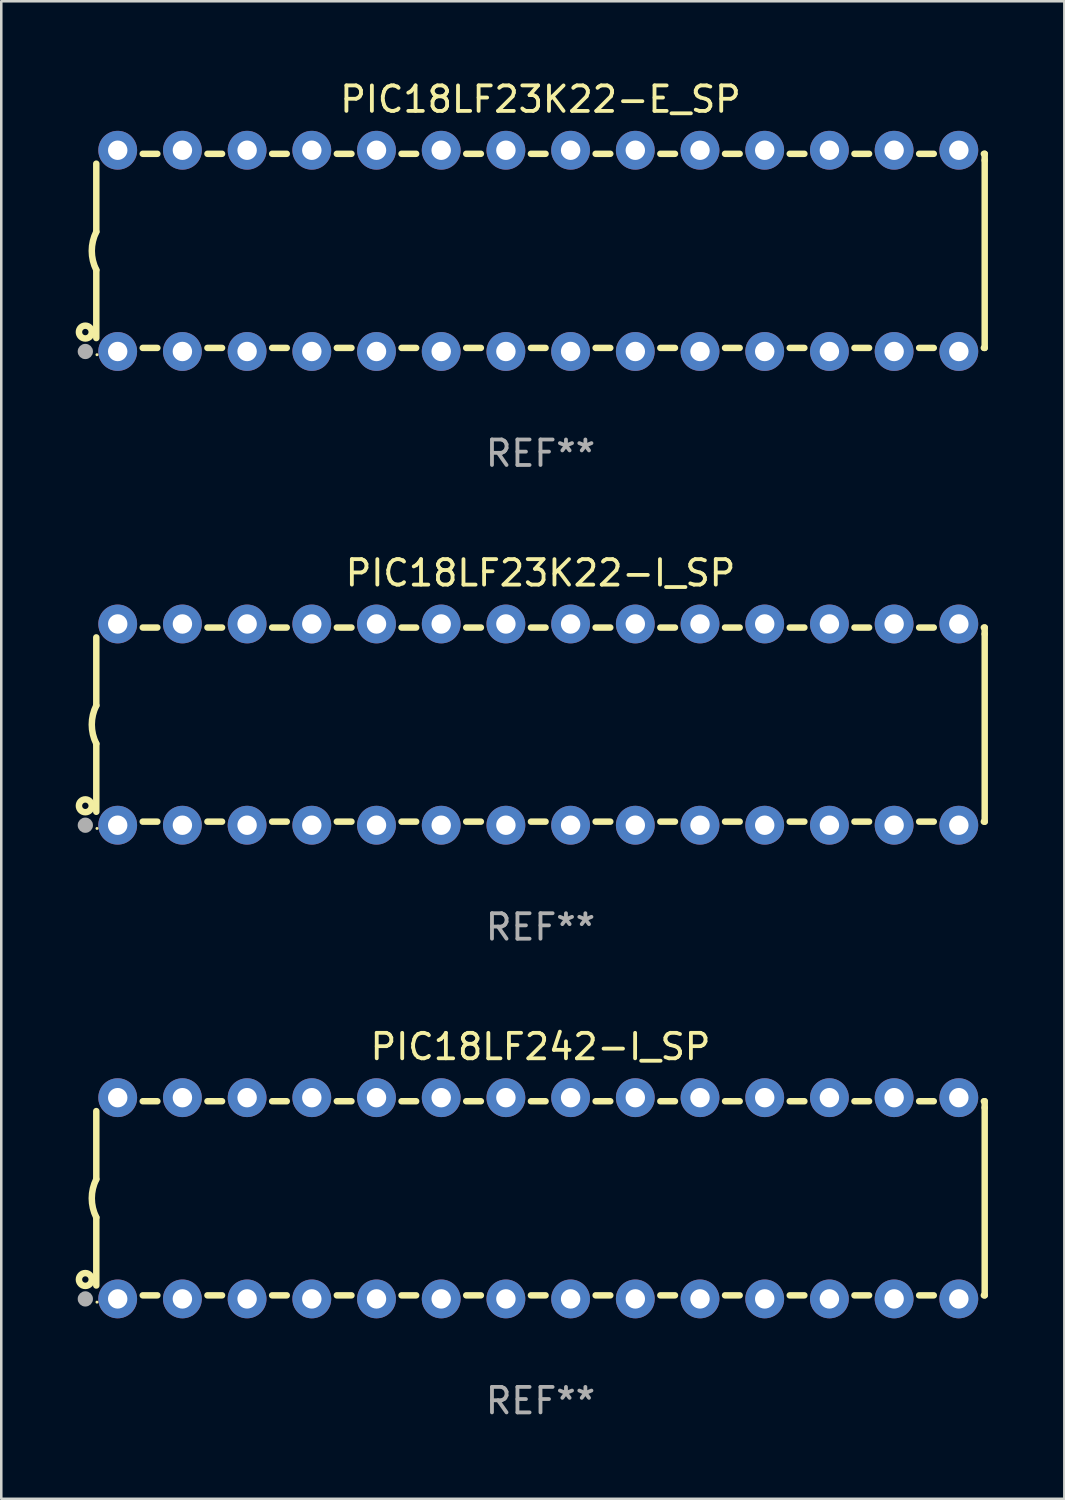
<source format=kicad_pcb>
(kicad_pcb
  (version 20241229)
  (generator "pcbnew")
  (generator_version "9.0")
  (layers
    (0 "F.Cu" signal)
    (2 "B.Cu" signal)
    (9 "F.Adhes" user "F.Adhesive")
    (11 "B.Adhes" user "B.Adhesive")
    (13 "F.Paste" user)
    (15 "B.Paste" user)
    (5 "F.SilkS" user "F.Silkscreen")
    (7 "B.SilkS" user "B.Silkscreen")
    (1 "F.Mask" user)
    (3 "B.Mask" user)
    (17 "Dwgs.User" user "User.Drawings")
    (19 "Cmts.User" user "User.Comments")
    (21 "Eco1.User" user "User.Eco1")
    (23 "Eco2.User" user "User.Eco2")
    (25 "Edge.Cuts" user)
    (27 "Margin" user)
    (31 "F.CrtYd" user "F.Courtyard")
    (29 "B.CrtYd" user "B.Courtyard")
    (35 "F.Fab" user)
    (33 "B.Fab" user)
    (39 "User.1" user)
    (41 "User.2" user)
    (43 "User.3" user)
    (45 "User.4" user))
  (footprint "PIC18LF242-I_SP"
    (layer "F.Cu")
    (at 18.168 43.991)
    (property "Reference" "PIC18LF242-I_SP" (at 0 -5.95 0) (layer "F.SilkS") (effects (font (size 1 1) (thickness 0.15))))
    (attr through_hole)
    (fp_line (start -17.438 0.75) (end -17.438 3.423) (stroke (width 0.254) (type solid)) (layer "F.SilkS"))
    (fp_line (start -17.438 -3.423) (end -17.438 -0.75) (stroke (width 0.254) (type solid)) (layer "F.SilkS"))
    (fp_line (start -15.615 3.81) (end -15.041 3.81) (stroke (width 0.254) (type solid)) (layer "F.SilkS"))
    (fp_line (start -15.041 -3.81) (end -15.614 -3.81) (stroke (width 0.254) (type solid)) (layer "F.SilkS"))
    (fp_line (start -13.075 3.81) (end -12.501 3.81) (stroke (width 0.254) (type solid)) (layer "F.SilkS"))
    (fp_line (start -12.501 -3.81) (end -13.074 -3.81) (stroke (width 0.254) (type solid)) (layer "F.SilkS"))
    (fp_line (start -10.535 3.81) (end -9.961 3.81) (stroke (width 0.254) (type solid)) (layer "F.SilkS"))
    (fp_line (start -9.961 -3.81) (end -10.534 -3.81) (stroke (width 0.254) (type solid)) (layer "F.SilkS"))
    (fp_line (start -7.995 3.81) (end -7.421 3.81) (stroke (width 0.254) (type solid)) (layer "F.SilkS"))
    (fp_line (start -7.421 -3.81) (end -7.995 -3.81) (stroke (width 0.254) (type solid)) (layer "F.SilkS"))
    (fp_line (start -5.455 3.81) (end -4.881 3.81) (stroke (width 0.254) (type solid)) (layer "F.SilkS"))
    (fp_line (start -4.881 -3.81) (end -5.455 -3.81) (stroke (width 0.254) (type solid)) (layer "F.SilkS"))
    (fp_line (start -2.915 3.81) (end -2.341 3.81) (stroke (width 0.254) (type solid)) (layer "F.SilkS"))
    (fp_line (start -2.341 -3.81) (end -2.915 -3.81) (stroke (width 0.254) (type solid)) (layer "F.SilkS"))
    (fp_line (start -0.375 3.81) (end 0.199 3.81) (stroke (width 0.254) (type solid)) (layer "F.SilkS"))
    (fp_line (start 0.199 -3.81) (end -0.375 -3.81) (stroke (width 0.254) (type solid)) (layer "F.SilkS"))
    (fp_line (start 2.165 3.81) (end 2.739 3.81) (stroke (width 0.254) (type solid)) (layer "F.SilkS"))
    (fp_line (start 2.739 -3.81) (end 2.165 -3.81) (stroke (width 0.254) (type solid)) (layer "F.SilkS"))
    (fp_line (start 4.705 3.81) (end 5.279 3.81) (stroke (width 0.254) (type solid)) (layer "F.SilkS"))
    (fp_line (start 5.279 -3.81) (end 4.705 -3.81) (stroke (width 0.254) (type solid)) (layer "F.SilkS"))
    (fp_line (start 7.245 3.81) (end 7.819 3.81) (stroke (width 0.254) (type solid)) (layer "F.SilkS"))
    (fp_line (start 7.819 -3.81) (end 7.245 -3.81) (stroke (width 0.254) (type solid)) (layer "F.SilkS"))
    (fp_line (start 9.785 3.81) (end 10.359 3.81) (stroke (width 0.254) (type solid)) (layer "F.SilkS"))
    (fp_line (start 10.359 -3.81) (end 9.785 -3.81) (stroke (width 0.254) (type solid)) (layer "F.SilkS"))
    (fp_line (start 12.325 3.81) (end 12.899 3.81) (stroke (width 0.254) (type solid)) (layer "F.SilkS"))
    (fp_line (start 12.899 -3.81) (end 12.325 -3.81) (stroke (width 0.254) (type solid)) (layer "F.SilkS"))
    (fp_line (start 14.865 3.81) (end 15.439 3.81) (stroke (width 0.254) (type solid)) (layer "F.SilkS"))
    (fp_line (start 15.439 -3.81) (end 14.865 -3.81) (stroke (width 0.254) (type solid)) (layer "F.SilkS"))
    (fp_line (start 17.405 3.81) (end 17.438 3.81) (stroke (width 0.254) (type solid)) (layer "F.SilkS"))
    (fp_line (start 17.438 -3.81) (end 17.405 -3.81) (stroke (width 0.254) (type solid)) (layer "F.SilkS"))
    (fp_line (start 17.438 -3.556) (end 17.438 -3.81) (stroke (width 0.254) (type solid)) (layer "F.SilkS"))
    (fp_line (start 17.438 3.81) (end 17.438 -3.556) (stroke (width 0.254) (type solid)) (layer "F.SilkS"))
    (fp_arc (start -17.437986 0.749657) (mid -17.614887 -0.000024) (end -17.437783 -0.749657) (stroke (width 0.254001) (type solid)) (layer "F.SilkS"))
    (fp_circle (center -17.868 3.188) (end -17.743 3.188) (stroke (width 0.254) (type solid)) (fill no) (layer "F.SilkS"))
    (fp_circle (center -17.411 4.077) (end -17.381 4.077) (stroke (width 0.06) (type solid)) (fill no) (layer "F.SilkS"))
    (fp_circle (center -17.868 3.95) (end -17.718 3.95) (stroke (width 0.3) (type solid)) (fill no) (layer "F.Fab"))
    (fp_text user "REF**" (at 0 7.95 0) (layer "F.Fab") (effects (font (size 1 1) (thickness 0.15))))
    (pad "1" thru_hole circle (at -16.598 3.95) (size 1.524 1.524) (drill 0.762) (layers "*.Cu" "*.Mask"))
    (pad "2" thru_hole circle (at -14.058 3.95) (size 1.524 1.524) (drill 0.762) (layers "*.Cu" "*.Mask"))
    (pad "3" thru_hole circle (at -11.518 3.95) (size 1.524 1.524) (drill 0.762) (layers "*.Cu" "*.Mask"))
    (pad "4" thru_hole circle (at -8.978 3.95) (size 1.524 1.524) (drill 0.762) (layers "*.Cu" "*.Mask"))
    (pad "5" thru_hole circle (at -6.438 3.95) (size 1.524 1.524) (drill 0.762) (layers "*.Cu" "*.Mask"))
    (pad "6" thru_hole circle (at -3.898 3.95) (size 1.524 1.524) (drill 0.762) (layers "*.Cu" "*.Mask"))
    (pad "7" thru_hole circle (at -1.358 3.95) (size 1.524 1.524) (drill 0.762) (layers "*.Cu" "*.Mask"))
    (pad "8" thru_hole circle (at 1.182 3.95) (size 1.524 1.524) (drill 0.762) (layers "*.Cu" "*.Mask"))
    (pad "9" thru_hole circle (at 3.722 3.95) (size 1.524 1.524) (drill 0.762) (layers "*.Cu" "*.Mask"))
    (pad "10" thru_hole circle (at 6.262 3.95) (size 1.524 1.524) (drill 0.762) (layers "*.Cu" "*.Mask"))
    (pad "11" thru_hole circle (at 8.802 3.95) (size 1.524 1.524) (drill 0.762) (layers "*.Cu" "*.Mask"))
    (pad "12" thru_hole circle (at 11.342 3.95) (size 1.524 1.524) (drill 0.762) (layers "*.Cu" "*.Mask"))
    (pad "13" thru_hole circle (at 13.882 3.95) (size 1.524 1.524) (drill 0.762) (layers "*.Cu" "*.Mask"))
    (pad "14" thru_hole circle (at 16.422 3.95) (size 1.524 1.524) (drill 0.762) (layers "*.Cu" "*.Mask"))
    (pad "15" thru_hole circle (at 16.422 -3.95) (size 1.524 1.524) (drill 0.762) (layers "*.Cu" "*.Mask"))
    (pad "16" thru_hole circle (at 13.882 -3.95) (size 1.524 1.524) (drill 0.762) (layers "*.Cu" "*.Mask"))
    (pad "17" thru_hole circle (at 11.342 -3.95) (size 1.524 1.524) (drill 0.762) (layers "*.Cu" "*.Mask"))
    (pad "18" thru_hole circle (at 8.802 -3.95) (size 1.524 1.524) (drill 0.762) (layers "*.Cu" "*.Mask"))
    (pad "19" thru_hole circle (at 6.262 -3.95) (size 1.524 1.524) (drill 0.762) (layers "*.Cu" "*.Mask"))
    (pad "20" thru_hole circle (at 3.722 -3.95) (size 1.524 1.524) (drill 0.762) (layers "*.Cu" "*.Mask"))
    (pad "21" thru_hole circle (at 1.182 -3.95) (size 1.524 1.524) (drill 0.762) (layers "*.Cu" "*.Mask"))
    (pad "22" thru_hole circle (at -1.358 -3.95) (size 1.524 1.524) (drill 0.762) (layers "*.Cu" "*.Mask"))
    (pad "23" thru_hole circle (at -3.898 -3.95) (size 1.524 1.524) (drill 0.762) (layers "*.Cu" "*.Mask"))
    (pad "24" thru_hole circle (at -6.438 -3.95) (size 1.524 1.524) (drill 0.762) (layers "*.Cu" "*.Mask"))
    (pad "25" thru_hole circle (at -8.978 -3.95) (size 1.524 1.524) (drill 0.762) (layers "*.Cu" "*.Mask"))
    (pad "26" thru_hole circle (at -11.517 -3.95) (size 1.524 1.524) (drill 0.762) (layers "*.Cu" "*.Mask"))
    (pad "27" thru_hole circle (at -14.057 -3.95) (size 1.524 1.524) (drill 0.762) (layers "*.Cu" "*.Mask"))
    (pad "28" thru_hole circle (at -16.597 -3.95) (size 1.524 1.524) (drill 0.762) (layers "*.Cu" "*.Mask")))
  (footprint "PIC18LF23K22-E_SP"
    (layer "F.Cu")
    (at 18.168 6.798)
    (property "Reference" "PIC18LF23K22-E_SP" (at 0 -5.95 0) (layer "F.SilkS") (effects (font (size 1 1) (thickness 0.15))))
    (attr through_hole)
    (fp_line (start -17.438 0.75) (end -17.438 3.423) (stroke (width 0.254) (type solid)) (layer "F.SilkS"))
    (fp_line (start -17.438 -3.423) (end -17.438 -0.75) (stroke (width 0.254) (type solid)) (layer "F.SilkS"))
    (fp_line (start -15.615 3.81) (end -15.041 3.81) (stroke (width 0.254) (type solid)) (layer "F.SilkS"))
    (fp_line (start -15.041 -3.81) (end -15.614 -3.81) (stroke (width 0.254) (type solid)) (layer "F.SilkS"))
    (fp_line (start -13.075 3.81) (end -12.501 3.81) (stroke (width 0.254) (type solid)) (layer "F.SilkS"))
    (fp_line (start -12.501 -3.81) (end -13.074 -3.81) (stroke (width 0.254) (type solid)) (layer "F.SilkS"))
    (fp_line (start -10.535 3.81) (end -9.961 3.81) (stroke (width 0.254) (type solid)) (layer "F.SilkS"))
    (fp_line (start -9.961 -3.81) (end -10.534 -3.81) (stroke (width 0.254) (type solid)) (layer "F.SilkS"))
    (fp_line (start -7.995 3.81) (end -7.421 3.81) (stroke (width 0.254) (type solid)) (layer "F.SilkS"))
    (fp_line (start -7.421 -3.81) (end -7.995 -3.81) (stroke (width 0.254) (type solid)) (layer "F.SilkS"))
    (fp_line (start -5.455 3.81) (end -4.881 3.81) (stroke (width 0.254) (type solid)) (layer "F.SilkS"))
    (fp_line (start -4.881 -3.81) (end -5.455 -3.81) (stroke (width 0.254) (type solid)) (layer "F.SilkS"))
    (fp_line (start -2.915 3.81) (end -2.341 3.81) (stroke (width 0.254) (type solid)) (layer "F.SilkS"))
    (fp_line (start -2.341 -3.81) (end -2.915 -3.81) (stroke (width 0.254) (type solid)) (layer "F.SilkS"))
    (fp_line (start -0.375 3.81) (end 0.199 3.81) (stroke (width 0.254) (type solid)) (layer "F.SilkS"))
    (fp_line (start 0.199 -3.81) (end -0.375 -3.81) (stroke (width 0.254) (type solid)) (layer "F.SilkS"))
    (fp_line (start 2.165 3.81) (end 2.739 3.81) (stroke (width 0.254) (type solid)) (layer "F.SilkS"))
    (fp_line (start 2.739 -3.81) (end 2.165 -3.81) (stroke (width 0.254) (type solid)) (layer "F.SilkS"))
    (fp_line (start 4.705 3.81) (end 5.279 3.81) (stroke (width 0.254) (type solid)) (layer "F.SilkS"))
    (fp_line (start 5.279 -3.81) (end 4.705 -3.81) (stroke (width 0.254) (type solid)) (layer "F.SilkS"))
    (fp_line (start 7.245 3.81) (end 7.819 3.81) (stroke (width 0.254) (type solid)) (layer "F.SilkS"))
    (fp_line (start 7.819 -3.81) (end 7.245 -3.81) (stroke (width 0.254) (type solid)) (layer "F.SilkS"))
    (fp_line (start 9.785 3.81) (end 10.359 3.81) (stroke (width 0.254) (type solid)) (layer "F.SilkS"))
    (fp_line (start 10.359 -3.81) (end 9.785 -3.81) (stroke (width 0.254) (type solid)) (layer "F.SilkS"))
    (fp_line (start 12.325 3.81) (end 12.899 3.81) (stroke (width 0.254) (type solid)) (layer "F.SilkS"))
    (fp_line (start 12.899 -3.81) (end 12.325 -3.81) (stroke (width 0.254) (type solid)) (layer "F.SilkS"))
    (fp_line (start 14.865 3.81) (end 15.439 3.81) (stroke (width 0.254) (type solid)) (layer "F.SilkS"))
    (fp_line (start 15.439 -3.81) (end 14.865 -3.81) (stroke (width 0.254) (type solid)) (layer "F.SilkS"))
    (fp_line (start 17.405 3.81) (end 17.438 3.81) (stroke (width 0.254) (type solid)) (layer "F.SilkS"))
    (fp_line (start 17.438 -3.81) (end 17.405 -3.81) (stroke (width 0.254) (type solid)) (layer "F.SilkS"))
    (fp_line (start 17.438 -3.556) (end 17.438 -3.81) (stroke (width 0.254) (type solid)) (layer "F.SilkS"))
    (fp_line (start 17.438 3.81) (end 17.438 -3.556) (stroke (width 0.254) (type solid)) (layer "F.SilkS"))
    (fp_arc (start -17.437986 0.749657) (mid -17.614887 -0.000024) (end -17.437783 -0.749657) (stroke (width 0.254001) (type solid)) (layer "F.SilkS"))
    (fp_circle (center -17.868 3.188) (end -17.743 3.188) (stroke (width 0.254) (type solid)) (fill no) (layer "F.SilkS"))
    (fp_circle (center -17.411 4.077) (end -17.381 4.077) (stroke (width 0.06) (type solid)) (fill no) (layer "F.SilkS"))
    (fp_circle (center -17.868 3.95) (end -17.718 3.95) (stroke (width 0.3) (type solid)) (fill no) (layer "F.Fab"))
    (fp_text user "REF**" (at 0 7.95 0) (layer "F.Fab") (effects (font (size 1 1) (thickness 0.15))))
    (pad "1" thru_hole circle (at -16.598 3.95) (size 1.524 1.524) (drill 0.762) (layers "*.Cu" "*.Mask"))
    (pad "2" thru_hole circle (at -14.058 3.95) (size 1.524 1.524) (drill 0.762) (layers "*.Cu" "*.Mask"))
    (pad "3" thru_hole circle (at -11.518 3.95) (size 1.524 1.524) (drill 0.762) (layers "*.Cu" "*.Mask"))
    (pad "4" thru_hole circle (at -8.978 3.95) (size 1.524 1.524) (drill 0.762) (layers "*.Cu" "*.Mask"))
    (pad "5" thru_hole circle (at -6.438 3.95) (size 1.524 1.524) (drill 0.762) (layers "*.Cu" "*.Mask"))
    (pad "6" thru_hole circle (at -3.898 3.95) (size 1.524 1.524) (drill 0.762) (layers "*.Cu" "*.Mask"))
    (pad "7" thru_hole circle (at -1.358 3.95) (size 1.524 1.524) (drill 0.762) (layers "*.Cu" "*.Mask"))
    (pad "8" thru_hole circle (at 1.182 3.95) (size 1.524 1.524) (drill 0.762) (layers "*.Cu" "*.Mask"))
    (pad "9" thru_hole circle (at 3.722 3.95) (size 1.524 1.524) (drill 0.762) (layers "*.Cu" "*.Mask"))
    (pad "10" thru_hole circle (at 6.262 3.95) (size 1.524 1.524) (drill 0.762) (layers "*.Cu" "*.Mask"))
    (pad "11" thru_hole circle (at 8.802 3.95) (size 1.524 1.524) (drill 0.762) (layers "*.Cu" "*.Mask"))
    (pad "12" thru_hole circle (at 11.342 3.95) (size 1.524 1.524) (drill 0.762) (layers "*.Cu" "*.Mask"))
    (pad "13" thru_hole circle (at 13.882 3.95) (size 1.524 1.524) (drill 0.762) (layers "*.Cu" "*.Mask"))
    (pad "14" thru_hole circle (at 16.422 3.95) (size 1.524 1.524) (drill 0.762) (layers "*.Cu" "*.Mask"))
    (pad "15" thru_hole circle (at 16.422 -3.95) (size 1.524 1.524) (drill 0.762) (layers "*.Cu" "*.Mask"))
    (pad "16" thru_hole circle (at 13.882 -3.95) (size 1.524 1.524) (drill 0.762) (layers "*.Cu" "*.Mask"))
    (pad "17" thru_hole circle (at 11.342 -3.95) (size 1.524 1.524) (drill 0.762) (layers "*.Cu" "*.Mask"))
    (pad "18" thru_hole circle (at 8.802 -3.95) (size 1.524 1.524) (drill 0.762) (layers "*.Cu" "*.Mask"))
    (pad "19" thru_hole circle (at 6.262 -3.95) (size 1.524 1.524) (drill 0.762) (layers "*.Cu" "*.Mask"))
    (pad "20" thru_hole circle (at 3.722 -3.95) (size 1.524 1.524) (drill 0.762) (layers "*.Cu" "*.Mask"))
    (pad "21" thru_hole circle (at 1.182 -3.95) (size 1.524 1.524) (drill 0.762) (layers "*.Cu" "*.Mask"))
    (pad "22" thru_hole circle (at -1.358 -3.95) (size 1.524 1.524) (drill 0.762) (layers "*.Cu" "*.Mask"))
    (pad "23" thru_hole circle (at -3.898 -3.95) (size 1.524 1.524) (drill 0.762) (layers "*.Cu" "*.Mask"))
    (pad "24" thru_hole circle (at -6.438 -3.95) (size 1.524 1.524) (drill 0.762) (layers "*.Cu" "*.Mask"))
    (pad "25" thru_hole circle (at -8.978 -3.95) (size 1.524 1.524) (drill 0.762) (layers "*.Cu" "*.Mask"))
    (pad "26" thru_hole circle (at -11.517 -3.95) (size 1.524 1.524) (drill 0.762) (layers "*.Cu" "*.Mask"))
    (pad "27" thru_hole circle (at -14.057 -3.95) (size 1.524 1.524) (drill 0.762) (layers "*.Cu" "*.Mask"))
    (pad "28" thru_hole circle (at -16.597 -3.95) (size 1.524 1.524) (drill 0.762) (layers "*.Cu" "*.Mask")))
  (footprint "PIC18LF23K22-I_SP"
    (layer "F.Cu")
    (at 18.168 25.395)
    (property "Reference" "PIC18LF23K22-I_SP" (at 0 -5.95 0) (layer "F.SilkS") (effects (font (size 1 1) (thickness 0.15))))
    (attr through_hole)
    (fp_line (start -17.438 0.75) (end -17.438 3.423) (stroke (width 0.254) (type solid)) (layer "F.SilkS"))
    (fp_line (start -17.438 -3.423) (end -17.438 -0.75) (stroke (width 0.254) (type solid)) (layer "F.SilkS"))
    (fp_line (start -15.615 3.81) (end -15.041 3.81) (stroke (width 0.254) (type solid)) (layer "F.SilkS"))
    (fp_line (start -15.041 -3.81) (end -15.614 -3.81) (stroke (width 0.254) (type solid)) (layer "F.SilkS"))
    (fp_line (start -13.075 3.81) (end -12.501 3.81) (stroke (width 0.254) (type solid)) (layer "F.SilkS"))
    (fp_line (start -12.501 -3.81) (end -13.074 -3.81) (stroke (width 0.254) (type solid)) (layer "F.SilkS"))
    (fp_line (start -10.535 3.81) (end -9.961 3.81) (stroke (width 0.254) (type solid)) (layer "F.SilkS"))
    (fp_line (start -9.961 -3.81) (end -10.534 -3.81) (stroke (width 0.254) (type solid)) (layer "F.SilkS"))
    (fp_line (start -7.995 3.81) (end -7.421 3.81) (stroke (width 0.254) (type solid)) (layer "F.SilkS"))
    (fp_line (start -7.421 -3.81) (end -7.995 -3.81) (stroke (width 0.254) (type solid)) (layer "F.SilkS"))
    (fp_line (start -5.455 3.81) (end -4.881 3.81) (stroke (width 0.254) (type solid)) (layer "F.SilkS"))
    (fp_line (start -4.881 -3.81) (end -5.455 -3.81) (stroke (width 0.254) (type solid)) (layer "F.SilkS"))
    (fp_line (start -2.915 3.81) (end -2.341 3.81) (stroke (width 0.254) (type solid)) (layer "F.SilkS"))
    (fp_line (start -2.341 -3.81) (end -2.915 -3.81) (stroke (width 0.254) (type solid)) (layer "F.SilkS"))
    (fp_line (start -0.375 3.81) (end 0.199 3.81) (stroke (width 0.254) (type solid)) (layer "F.SilkS"))
    (fp_line (start 0.199 -3.81) (end -0.375 -3.81) (stroke (width 0.254) (type solid)) (layer "F.SilkS"))
    (fp_line (start 2.165 3.81) (end 2.739 3.81) (stroke (width 0.254) (type solid)) (layer "F.SilkS"))
    (fp_line (start 2.739 -3.81) (end 2.165 -3.81) (stroke (width 0.254) (type solid)) (layer "F.SilkS"))
    (fp_line (start 4.705 3.81) (end 5.279 3.81) (stroke (width 0.254) (type solid)) (layer "F.SilkS"))
    (fp_line (start 5.279 -3.81) (end 4.705 -3.81) (stroke (width 0.254) (type solid)) (layer "F.SilkS"))
    (fp_line (start 7.245 3.81) (end 7.819 3.81) (stroke (width 0.254) (type solid)) (layer "F.SilkS"))
    (fp_line (start 7.819 -3.81) (end 7.245 -3.81) (stroke (width 0.254) (type solid)) (layer "F.SilkS"))
    (fp_line (start 9.785 3.81) (end 10.359 3.81) (stroke (width 0.254) (type solid)) (layer "F.SilkS"))
    (fp_line (start 10.359 -3.81) (end 9.785 -3.81) (stroke (width 0.254) (type solid)) (layer "F.SilkS"))
    (fp_line (start 12.325 3.81) (end 12.899 3.81) (stroke (width 0.254) (type solid)) (layer "F.SilkS"))
    (fp_line (start 12.899 -3.81) (end 12.325 -3.81) (stroke (width 0.254) (type solid)) (layer "F.SilkS"))
    (fp_line (start 14.865 3.81) (end 15.439 3.81) (stroke (width 0.254) (type solid)) (layer "F.SilkS"))
    (fp_line (start 15.439 -3.81) (end 14.865 -3.81) (stroke (width 0.254) (type solid)) (layer "F.SilkS"))
    (fp_line (start 17.405 3.81) (end 17.438 3.81) (stroke (width 0.254) (type solid)) (layer "F.SilkS"))
    (fp_line (start 17.438 -3.81) (end 17.405 -3.81) (stroke (width 0.254) (type solid)) (layer "F.SilkS"))
    (fp_line (start 17.438 -3.556) (end 17.438 -3.81) (stroke (width 0.254) (type solid)) (layer "F.SilkS"))
    (fp_line (start 17.438 3.81) (end 17.438 -3.556) (stroke (width 0.254) (type solid)) (layer "F.SilkS"))
    (fp_arc (start -17.437986 0.749657) (mid -17.614887 -0.000024) (end -17.437783 -0.749657) (stroke (width 0.254001) (type solid)) (layer "F.SilkS"))
    (fp_circle (center -17.868 3.188) (end -17.743 3.188) (stroke (width 0.254) (type solid)) (fill no) (layer "F.SilkS"))
    (fp_circle (center -17.411 4.077) (end -17.381 4.077) (stroke (width 0.06) (type solid)) (fill no) (layer "F.SilkS"))
    (fp_circle (center -17.868 3.95) (end -17.718 3.95) (stroke (width 0.3) (type solid)) (fill no) (layer "F.Fab"))
    (fp_text user "REF**" (at 0 7.95 0) (layer "F.Fab") (effects (font (size 1 1) (thickness 0.15))))
    (pad "1" thru_hole circle (at -16.598 3.95) (size 1.524 1.524) (drill 0.762) (layers "*.Cu" "*.Mask"))
    (pad "2" thru_hole circle (at -14.058 3.95) (size 1.524 1.524) (drill 0.762) (layers "*.Cu" "*.Mask"))
    (pad "3" thru_hole circle (at -11.518 3.95) (size 1.524 1.524) (drill 0.762) (layers "*.Cu" "*.Mask"))
    (pad "4" thru_hole circle (at -8.978 3.95) (size 1.524 1.524) (drill 0.762) (layers "*.Cu" "*.Mask"))
    (pad "5" thru_hole circle (at -6.438 3.95) (size 1.524 1.524) (drill 0.762) (layers "*.Cu" "*.Mask"))
    (pad "6" thru_hole circle (at -3.898 3.95) (size 1.524 1.524) (drill 0.762) (layers "*.Cu" "*.Mask"))
    (pad "7" thru_hole circle (at -1.358 3.95) (size 1.524 1.524) (drill 0.762) (layers "*.Cu" "*.Mask"))
    (pad "8" thru_hole circle (at 1.182 3.95) (size 1.524 1.524) (drill 0.762) (layers "*.Cu" "*.Mask"))
    (pad "9" thru_hole circle (at 3.722 3.95) (size 1.524 1.524) (drill 0.762) (layers "*.Cu" "*.Mask"))
    (pad "10" thru_hole circle (at 6.262 3.95) (size 1.524 1.524) (drill 0.762) (layers "*.Cu" "*.Mask"))
    (pad "11" thru_hole circle (at 8.802 3.95) (size 1.524 1.524) (drill 0.762) (layers "*.Cu" "*.Mask"))
    (pad "12" thru_hole circle (at 11.342 3.95) (size 1.524 1.524) (drill 0.762) (layers "*.Cu" "*.Mask"))
    (pad "13" thru_hole circle (at 13.882 3.95) (size 1.524 1.524) (drill 0.762) (layers "*.Cu" "*.Mask"))
    (pad "14" thru_hole circle (at 16.422 3.95) (size 1.524 1.524) (drill 0.762) (layers "*.Cu" "*.Mask"))
    (pad "15" thru_hole circle (at 16.422 -3.95) (size 1.524 1.524) (drill 0.762) (layers "*.Cu" "*.Mask"))
    (pad "16" thru_hole circle (at 13.882 -3.95) (size 1.524 1.524) (drill 0.762) (layers "*.Cu" "*.Mask"))
    (pad "17" thru_hole circle (at 11.342 -3.95) (size 1.524 1.524) (drill 0.762) (layers "*.Cu" "*.Mask"))
    (pad "18" thru_hole circle (at 8.802 -3.95) (size 1.524 1.524) (drill 0.762) (layers "*.Cu" "*.Mask"))
    (pad "19" thru_hole circle (at 6.262 -3.95) (size 1.524 1.524) (drill 0.762) (layers "*.Cu" "*.Mask"))
    (pad "20" thru_hole circle (at 3.722 -3.95) (size 1.524 1.524) (drill 0.762) (layers "*.Cu" "*.Mask"))
    (pad "21" thru_hole circle (at 1.182 -3.95) (size 1.524 1.524) (drill 0.762) (layers "*.Cu" "*.Mask"))
    (pad "22" thru_hole circle (at -1.358 -3.95) (size 1.524 1.524) (drill 0.762) (layers "*.Cu" "*.Mask"))
    (pad "23" thru_hole circle (at -3.898 -3.95) (size 1.524 1.524) (drill 0.762) (layers "*.Cu" "*.Mask"))
    (pad "24" thru_hole circle (at -6.438 -3.95) (size 1.524 1.524) (drill 0.762) (layers "*.Cu" "*.Mask"))
    (pad "25" thru_hole circle (at -8.978 -3.95) (size 1.524 1.524) (drill 0.762) (layers "*.Cu" "*.Mask"))
    (pad "26" thru_hole circle (at -11.517 -3.95) (size 1.524 1.524) (drill 0.762) (layers "*.Cu" "*.Mask"))
    (pad "27" thru_hole circle (at -14.057 -3.95) (size 1.524 1.524) (drill 0.762) (layers "*.Cu" "*.Mask"))
    (pad "28" thru_hole circle (at -16.597 -3.95) (size 1.524 1.524) (drill 0.762) (layers "*.Cu" "*.Mask")))
  (gr_rect
    (start -3 -3)
    (end 38.733 55.789)
    (stroke (width 0.1) (type default))
    (fill no)
    (layer "Edge.Cuts")))
</source>
